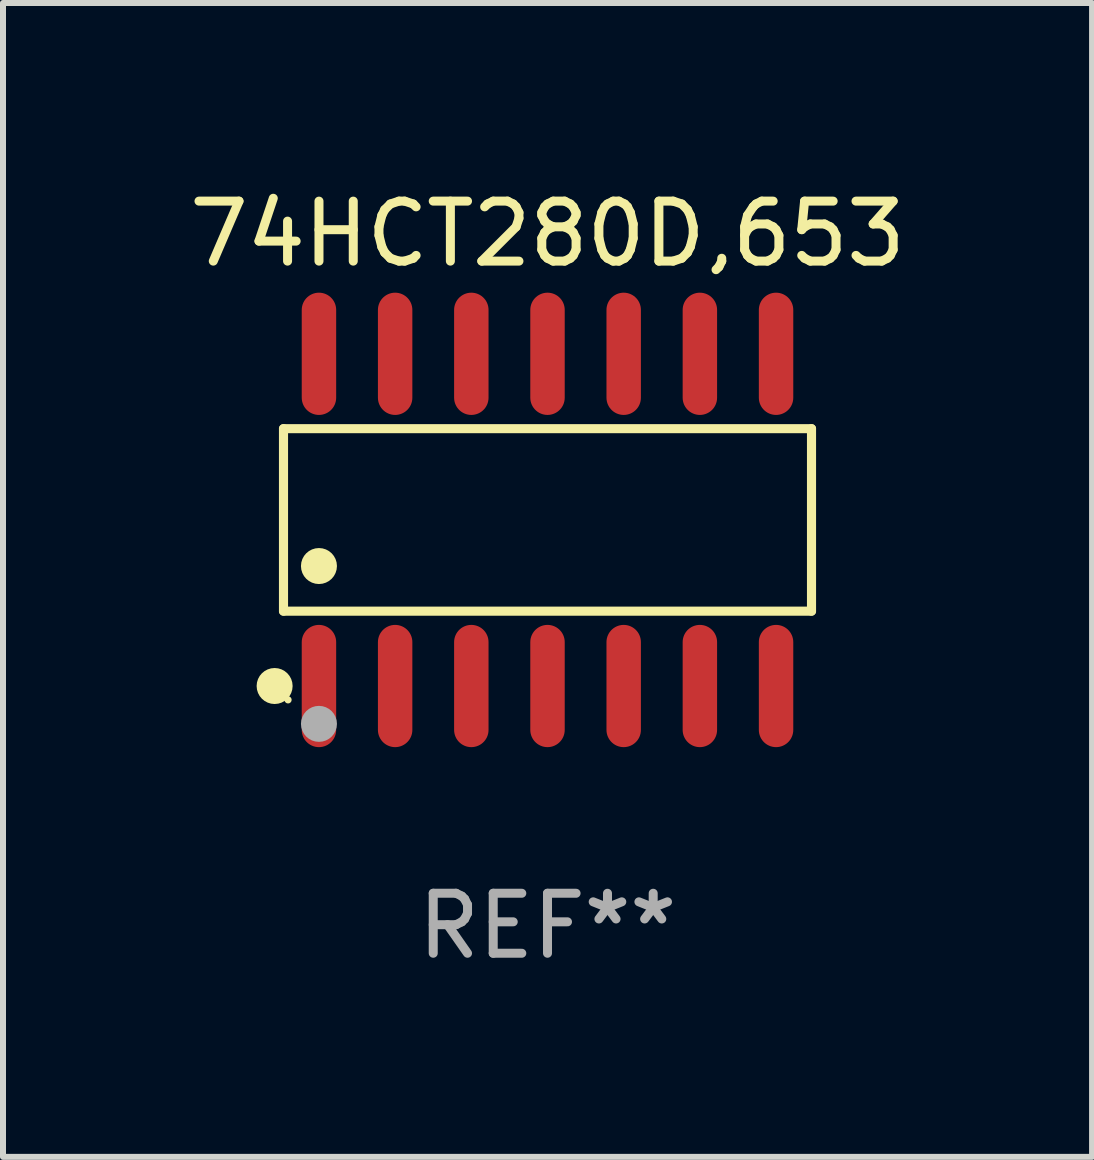
<source format=kicad_pcb>
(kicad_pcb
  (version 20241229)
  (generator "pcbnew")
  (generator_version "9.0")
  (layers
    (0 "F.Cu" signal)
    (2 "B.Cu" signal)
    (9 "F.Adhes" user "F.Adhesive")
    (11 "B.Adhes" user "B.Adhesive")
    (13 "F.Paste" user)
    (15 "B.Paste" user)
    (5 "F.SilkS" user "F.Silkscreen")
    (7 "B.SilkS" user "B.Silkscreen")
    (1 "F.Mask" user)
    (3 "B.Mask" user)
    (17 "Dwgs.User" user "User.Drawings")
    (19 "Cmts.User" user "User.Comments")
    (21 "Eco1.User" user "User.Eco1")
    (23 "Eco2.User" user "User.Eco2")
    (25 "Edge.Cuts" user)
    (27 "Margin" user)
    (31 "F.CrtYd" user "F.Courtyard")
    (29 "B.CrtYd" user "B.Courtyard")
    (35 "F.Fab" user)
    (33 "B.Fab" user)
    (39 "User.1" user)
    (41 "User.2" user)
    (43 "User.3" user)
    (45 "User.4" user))
  (footprint "74HCT280D,653"
    (layer "F.Cu")
    (at 6.077 5.617)
    (property "Reference" "74HCT280D,653" (at 0 -4.769 0) (layer "F.SilkS") (effects (font (size 1 1) (thickness 0.15))))
    (attr through_hole)
    (fp_line (start -4.401 -1.521) (end 4.401 -1.521) (stroke (width 0.152) (type solid)) (layer "F.SilkS"))
    (fp_line (start -4.401 1.521) (end -4.401 -1.521) (stroke (width 0.152) (type solid)) (layer "F.SilkS"))
    (fp_line (start 4.401 -1.521) (end 4.401 1.521) (stroke (width 0.152) (type solid)) (layer "F.SilkS"))
    (fp_line (start 4.401 1.521) (end -4.401 1.521) (stroke (width 0.152) (type solid)) (layer "F.SilkS"))
    (fp_circle (center -4.549 2.769) (end -4.399 2.769) (stroke (width 0.3) (type solid)) (fill no) (layer "F.SilkS"))
    (fp_circle (center -4.325 3) (end -4.295 3) (stroke (width 0.06) (type solid)) (fill no) (layer "F.SilkS"))
    (fp_circle (center -3.81 0.769) (end -3.66 0.769) (stroke (width 0.3) (type solid)) (fill no) (layer "F.SilkS"))
    (fp_circle (center -3.81 3.4) (end -3.66 3.4) (stroke (width 0.3) (type solid)) (fill no) (layer "F.Fab"))
    (fp_text user "REF**" (at 0 6.769 0) (layer "F.Fab") (effects (font (size 1 1) (thickness 0.15))))
    (pad "1" smd oval (at -3.81 2.769) (size 0.574 2.038) (layers "F.Cu" "F.Mask" "F.Paste"))
    (pad "2" smd oval (at -2.54 2.769) (size 0.574 2.038) (layers "F.Cu" "F.Mask" "F.Paste"))
    (pad "3" smd oval (at -1.27 2.769) (size 0.574 2.038) (layers "F.Cu" "F.Mask" "F.Paste"))
    (pad "4" smd oval (at 0 2.769) (size 0.574 2.038) (layers "F.Cu" "F.Mask" "F.Paste"))
    (pad "5" smd oval (at 1.27 2.769) (size 0.574 2.038) (layers "F.Cu" "F.Mask" "F.Paste"))
    (pad "6" smd oval (at 2.54 2.769) (size 0.574 2.038) (layers "F.Cu" "F.Mask" "F.Paste"))
    (pad "7" smd oval (at 3.81 2.769) (size 0.574 2.038) (layers "F.Cu" "F.Mask" "F.Paste"))
    (pad "8" smd oval (at 3.81 -2.769) (size 0.574 2.038) (layers "F.Cu" "F.Mask" "F.Paste"))
    (pad "9" smd oval (at 2.54 -2.769) (size 0.574 2.038) (layers "F.Cu" "F.Mask" "F.Paste"))
    (pad "10" smd oval (at 1.27 -2.769) (size 0.574 2.038) (layers "F.Cu" "F.Mask" "F.Paste"))
    (pad "11" smd oval (at 0 -2.769) (size 0.574 2.038) (layers "F.Cu" "F.Mask" "F.Paste"))
    (pad "12" smd oval (at -1.27 -2.769) (size 0.574 2.038) (layers "F.Cu" "F.Mask" "F.Paste"))
    (pad "13" smd oval (at -2.54 -2.769) (size 0.574 2.038) (layers "F.Cu" "F.Mask" "F.Paste"))
    (pad "14" smd oval (at -3.81 -2.769) (size 0.574 2.038) (layers "F.Cu" "F.Mask" "F.Paste")))
  (gr_rect
    (start -3 -3)
    (end 15.155 16.235)
    (stroke (width 0.1) (type default))
    (fill no)
    (layer "Edge.Cuts")))
</source>
